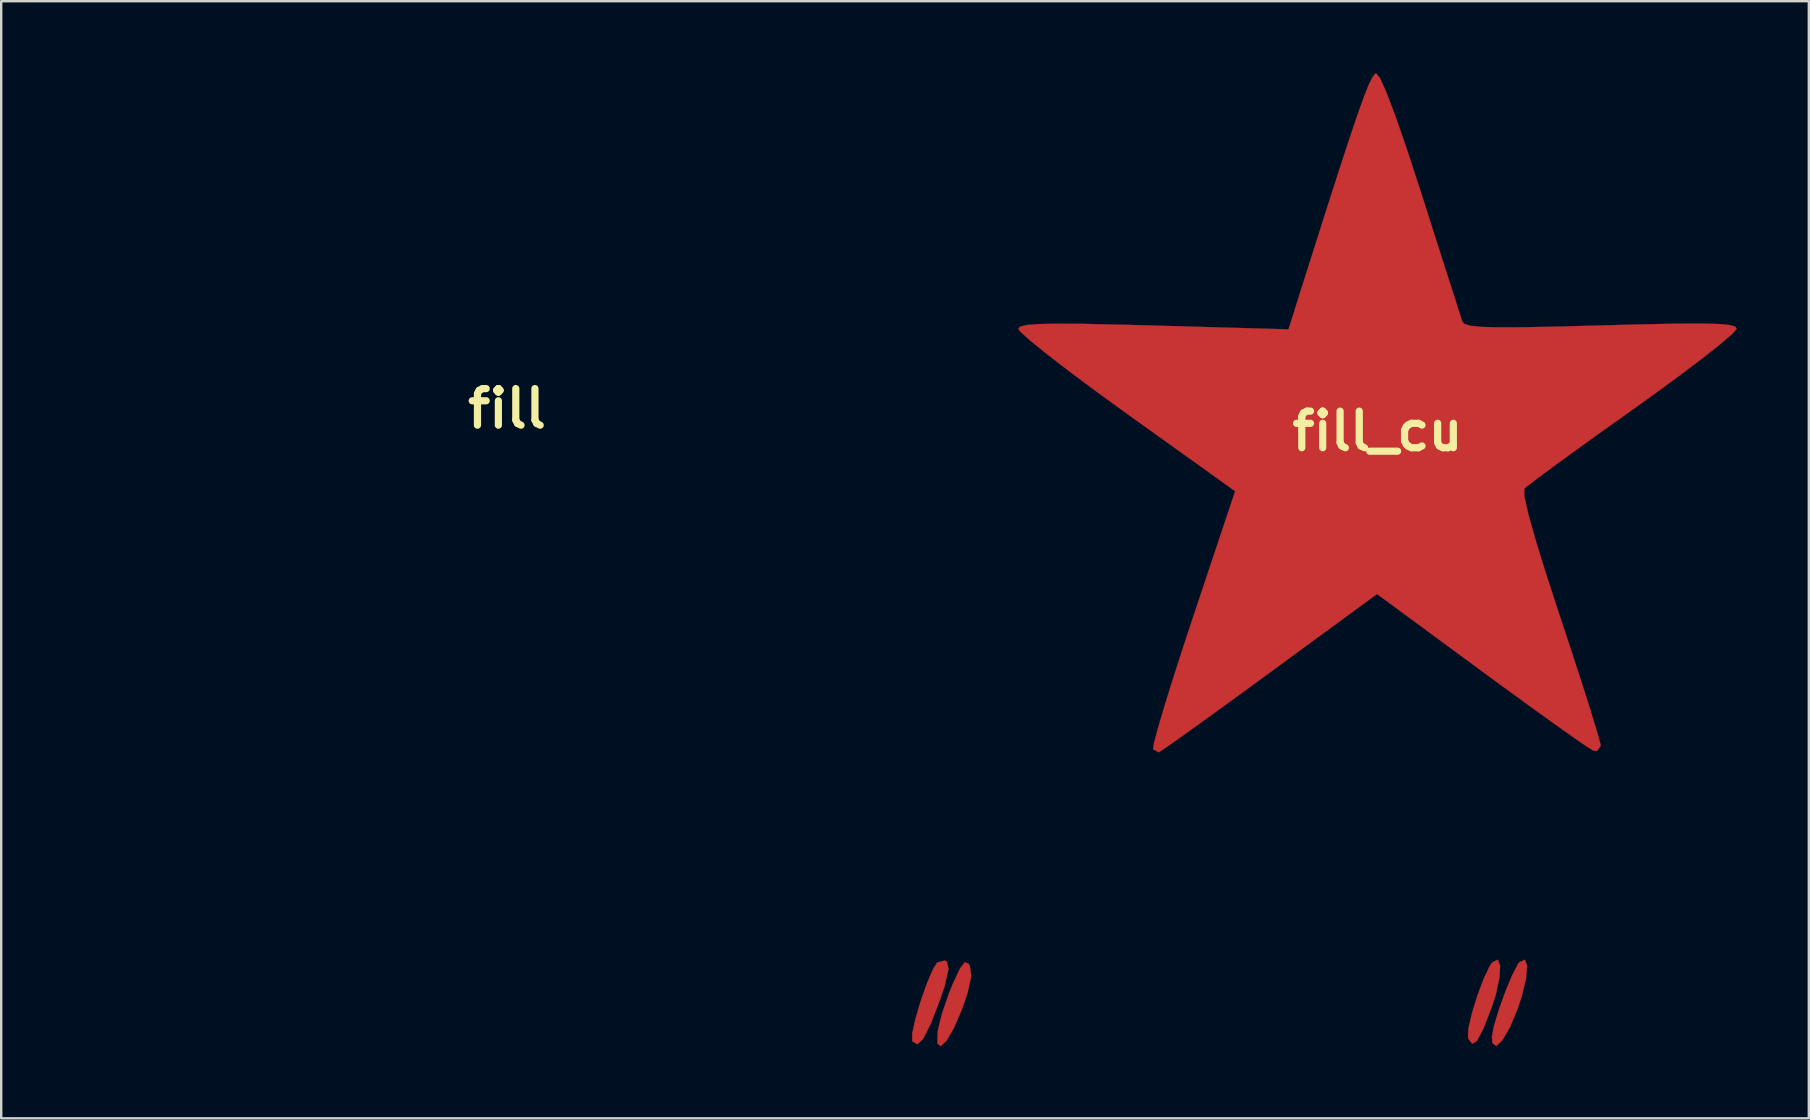
<source format=kicad_pcb>
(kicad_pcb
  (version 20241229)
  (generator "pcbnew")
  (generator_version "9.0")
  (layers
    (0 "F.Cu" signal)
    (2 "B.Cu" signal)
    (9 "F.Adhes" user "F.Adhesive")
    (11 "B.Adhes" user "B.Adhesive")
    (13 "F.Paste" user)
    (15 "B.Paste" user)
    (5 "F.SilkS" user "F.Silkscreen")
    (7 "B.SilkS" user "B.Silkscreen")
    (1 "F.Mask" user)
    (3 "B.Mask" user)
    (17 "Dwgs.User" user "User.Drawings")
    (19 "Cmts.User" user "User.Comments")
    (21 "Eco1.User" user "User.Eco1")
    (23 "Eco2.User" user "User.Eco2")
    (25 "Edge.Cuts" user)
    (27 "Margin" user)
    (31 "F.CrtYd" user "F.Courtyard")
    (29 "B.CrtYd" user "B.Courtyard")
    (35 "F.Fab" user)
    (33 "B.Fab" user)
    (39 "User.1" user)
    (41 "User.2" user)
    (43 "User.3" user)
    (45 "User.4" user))
  (footprint "fill"
    (layer "F.Cu")
    (at 18.077 13.975)
    (property "Reference" "fill" (at 0 0 0) (layer "F.SilkS") (effects (font (size 1.524 1.524) (thickness 0.3))))
    (attr through_hole)
    (fp_poly (pts (xy 4.749 20.94) (xy 4.635 21.517) (xy 4.416 22.241) (xy 4.096 23.146) (xy 3.858 23.67) (xy 3.682 23.84) (xy 3.551 23.688) (xy 3.545 23.672) (xy 3.564 23.337) (xy 3.704 22.756) (xy 3.921 22.072) (xy 4.167 21.427) (xy 4.395 20.963) (xy 4.468 20.863) (xy 4.693 20.717) (xy 4.749 20.94)) (stroke (width 0.01) (type solid)) (fill yes) (layer "F.Mask"))
    (fp_poly (pts (xy -16.779 20.791) (xy -16.745 21.005) (xy -16.864 21.489) (xy -17.143 22.3) (xy -17.171 22.376) (xy -17.502 23.222) (xy -17.747 23.702) (xy -17.933 23.856) (xy -18.072 23.747) (xy -18.07 23.445) (xy -17.93 22.892) (xy -17.7 22.221) (xy -17.43 21.56) (xy -17.169 21.039) (xy -16.966 20.79) (xy -16.959 20.787) (xy -16.779 20.791)) (stroke (width 0.01) (type solid)) (fill yes) (layer "F.Mask"))
    (fp_poly (pts (xy -15.856 20.92) (xy -15.834 21.135) (xy -15.931 21.546) (xy -16.162 22.234) (xy -16.33 22.701) (xy -16.622 23.397) (xy -16.878 23.823) (xy -17.064 23.938) (xy -17.144 23.702) (xy -17.145 23.654) (xy -17.073 23.241) (xy -16.888 22.649) (xy -16.638 21.994) (xy -16.372 21.394) (xy -16.137 20.964) (xy -15.983 20.822) (xy -15.856 20.92)) (stroke (width 0.01) (type solid)) (fill yes) (layer "F.Mask"))
    (fp_poly (pts (xy 5.82 20.748) (xy 5.892 20.816) (xy 5.861 21.027) (xy 5.715 21.461) (xy 5.44 22.199) (xy 5.38 22.359) (xy 5.073 23.167) (xy 4.875 23.643) (xy 4.75 23.852) (xy 4.658 23.857) (xy 4.565 23.729) (xy 4.553 23.416) (xy 4.678 22.865) (xy 4.892 22.2) (xy 5.151 21.544) (xy 5.41 21.021) (xy 5.622 20.755) (xy 5.661 20.743) (xy 5.82 20.748)) (stroke (width 0.01) (type solid)) (fill yes) (layer "F.Mask"))
    (fp_poly (pts (xy 0.081 -13.777) (xy 0.292 -13.234) (xy 0.59 -12.395) (xy 0.956 -11.316) (xy 1.37 -10.051) (xy 1.707 -8.996) (xy 3.276 -4.022) (xy 8.635 -4.022) (xy 10.333 -4.014) (xy 11.731 -3.992) (xy 12.803 -3.956) (xy 13.519 -3.908) (xy 13.852 -3.849) (xy 13.871 -3.821) (xy 13.581 -3.527) (xy 13.089 -3.168) (xy 12.519 -2.82) (xy 11.997 -2.556) (xy 11.647 -2.452) (xy 11.594 -2.464) (xy 11.461 -2.475) (xy 11.495 -2.395) (xy 11.436 -2.146) (xy 11.126 -1.827) (xy 10.705 -1.539) (xy 10.308 -1.381) (xy 10.123 -1.399) (xy 9.981 -1.419) (xy 10.024 -1.319) (xy 9.969 -1.064) (xy 9.661 -0.746) (xy 9.237 -0.463) (xy 8.835 -0.313) (xy 8.647 -0.337) (xy 8.499 -0.363) (xy 8.542 -0.261) (xy 8.443 -0.043) (xy 8.044 0.348) (xy 7.404 0.86) (xy 7.004 1.151) (xy 5.325 2.334) (xy 6.999 7.344) (xy 7.454 8.719) (xy 7.856 9.956) (xy 8.187 11) (xy 8.43 11.797) (xy 8.569 12.292) (xy 8.593 12.433) (xy 8.407 12.335) (xy 7.93 12.019) (xy 7.209 11.517) (xy 6.291 10.863) (xy 5.224 10.09) (xy 4.451 9.524) (xy 3.296 8.678) (xy 2.246 7.917) (xy 1.35 7.275) (xy 0.66 6.789) (xy 0.226 6.497) (xy 0.108 6.427) (xy -0.135 6.517) (xy -0.666 6.829) (xy -1.432 7.327) (xy -2.382 7.979) (xy -3.467 8.75) (xy -4.161 9.256) (xy -5.517 10.254) (xy -6.57 11.027) (xy -7.358 11.601) (xy -7.921 12.002) (xy -8.295 12.256) (xy -8.52 12.389) (xy -8.634 12.427) (xy -8.673 12.397) (xy -8.678 12.337) (xy -8.614 12.094) (xy -8.433 11.508) (xy -8.154 10.637) (xy -7.964 10.054) (xy -7.408 10.054) (xy -7.303 10.16) (xy -7.197 10.054) (xy -6.562 10.054) (xy -6.456 10.16) (xy -6.35 10.054) (xy -6.456 9.948) (xy -6.562 10.054) (xy -7.197 10.054) (xy -7.303 9.948) (xy -7.408 10.054) (xy -7.964 10.054) (xy -7.796 9.538) (xy -7.378 8.271) (xy -7.267 7.938) (xy -5.927 7.938) (xy -5.821 8.043) (xy -5.715 7.938) (xy -5.821 7.832) (xy -5.927 7.938) (xy -7.267 7.938) (xy -7.091 7.408) (xy -6.986 7.091) (xy -2.54 7.091) (xy -2.434 7.197) (xy -2.328 7.091) (xy -2.434 6.985) (xy -2.54 7.091) (xy -6.986 7.091) (xy -6.775 6.456) (xy -1.693 6.456) (xy -1.587 6.562) (xy -1.482 6.456) (xy -1.587 6.35) (xy -1.693 6.456) (xy -6.775 6.456) (xy -6.644 6.06) (xy -6.565 5.821) (xy -4.445 5.821) (xy -4.339 5.927) (xy -4.233 5.821) (xy -4.339 5.715) (xy -4.445 5.821) (xy -6.565 5.821) (xy -6.246 4.843) (xy -6.084 4.339) (xy -3.387 4.339) (xy -3.281 4.445) (xy -3.175 4.339) (xy -3.281 4.233) (xy -3.387 4.339) (xy -6.084 4.339) (xy -5.915 3.814) (xy -5.881 3.704) (xy -2.963 3.704) (xy -2.857 3.81) (xy -2.752 3.704) (xy -2.857 3.598) (xy -2.963 3.704) (xy -5.881 3.704) (xy -5.672 3.032) (xy -5.533 2.556) (xy -5.508 2.439) (xy -5.674 2.252) (xy -6.132 1.867) (xy -6.825 1.329) (xy -7.697 0.682) (xy -8.499 0.106) (xy -9.392 -0.529) (xy 2.328 -0.529) (xy 2.434 -0.423) (xy 2.54 -0.529) (xy 2.434 -0.635) (xy 2.328 -0.529) (xy -9.392 -0.529) (xy -9.597 -0.675) (xy -10.579 -1.376) (xy 0.847 -1.376) (xy 0.953 -1.27) (xy 1.058 -1.376) (xy 0.953 -1.482) (xy 0.847 -1.376) (xy -10.579 -1.376) (xy -10.684 -1.451) (xy -11.665 -2.155) (xy -12.449 -2.721) (xy -12.781 -2.963) (xy -12.925 -3.069) (xy 2.328 -3.069) (xy 2.434 -2.963) (xy 2.54 -3.069) (xy 2.434 -3.175) (xy 2.328 -3.069) (xy -12.925 -3.069) (xy -13.788 -3.704) (xy -2.963 -3.704) (xy -2.857 -3.598) (xy -2.752 -3.704) (xy -2.857 -3.81) (xy -2.963 -3.704) (xy -13.788 -3.704) (xy -14.076 -3.916) (xy -8.696 -4.022) (xy -3.316 -4.128) (xy -3.046 -4.974) (xy -2.898 -5.437) (xy -2.648 -6.225) (xy -2.318 -7.261) (xy -1.935 -8.467) (xy -1.523 -9.764) (xy -1.481 -9.895) (xy -1.082 -11.13) (xy -0.716 -12.213) (xy -0.406 -13.087) (xy -0.173 -13.689) (xy -0.038 -13.961) (xy -0.025 -13.97) (xy 0.081 -13.777)) (stroke (width 0.01) (type solid)) (fill yes) (layer "F.Mask")))
  (footprint "fill_cu"
    (layer "F.Cu")
    (at 54.345 14.914)
    (property "Reference" "fill_cu" (at 0 0 0) (layer "F.SilkS") (effects (font (size 1.524 1.524) (thickness 0.3))))
    (attr through_hole)
    (fp_poly (pts (xy -17.943 22.095) (xy -17.875 22.402) (xy -18.03 23.096) (xy -18.245 23.735) (xy -18.634 24.733) (xy -18.936 25.325) (xy -19.174 25.545) (xy -19.373 25.427) (xy -19.387 25.405) (xy -19.387 25.091) (xy -19.256 24.497) (xy -19.041 23.762) (xy -18.783 23.027) (xy -18.528 22.429) (xy -18.354 22.143) (xy -18.037 22.056) (xy -17.943 22.095)) (stroke (width 0.01) (type solid)) (fill yes) (layer "F.Cu"))
    (fp_poly (pts (xy -17.042 22.187) (xy -16.99 22.267) (xy -16.927 22.696) (xy -17.085 23.418) (xy -17.308 24.068) (xy -17.655 24.878) (xy -17.968 25.408) (xy -18.209 25.628) (xy -18.34 25.503) (xy -18.324 25.003) (xy -18.311 24.92) (xy -18.143 24.255) (xy -17.86 23.43) (xy -17.693 23.019) (xy -17.397 22.388) (xy -17.198 22.129) (xy -17.042 22.187)) (stroke (width 0.01) (type solid)) (fill yes) (layer "F.Cu"))
    (fp_poly (pts (xy 5.106 22.263) (xy 5.078 22.774) (xy 4.927 23.473) (xy 4.748 24.03) (xy 4.399 24.921) (xy 4.139 25.408) (xy 3.942 25.525) (xy 3.781 25.306) (xy 3.771 25.28) (xy 3.782 24.91) (xy 3.927 24.275) (xy 4.157 23.524) (xy 4.424 22.807) (xy 4.681 22.273) (xy 4.783 22.13) (xy 5.008 22.02) (xy 5.106 22.263)) (stroke (width 0.01) (type solid)) (fill yes) (layer "F.Cu"))
    (fp_poly (pts (xy 6.231 22.272) (xy 6.187 22.805) (xy 6.008 23.549) (xy 5.848 24.037) (xy 5.515 24.838) (xy 5.2 25.379) (xy 4.945 25.616) (xy 4.791 25.503) (xy 4.763 25.249) (xy 4.845 24.797) (xy 5.053 24.108) (xy 5.33 23.34) (xy 5.617 22.649) (xy 5.856 22.194) (xy 5.906 22.13) (xy 6.138 22.022) (xy 6.231 22.272)) (stroke (width 0.01) (type solid)) (fill yes) (layer "F.Cu"))
    (fp_poly (pts (xy 0.092 -14.727) (xy 0.361 -14.133) (xy 0.734 -13.153) (xy 1.199 -11.813) (xy 1.749 -10.136) (xy 1.813 -9.936) (xy 2.276 -8.486) (xy 2.696 -7.172) (xy 3.053 -6.057) (xy 3.325 -5.206) (xy 3.493 -4.685) (xy 3.534 -4.559) (xy 3.629 -4.461) (xy 3.874 -4.39) (xy 4.318 -4.345) (xy 5.01 -4.325) (xy 6.001 -4.328) (xy 7.34 -4.353) (xy 9.076 -4.398) (xy 9.304 -4.405) (xy 11.099 -4.452) (xy 12.487 -4.479) (xy 13.516 -4.483) (xy 14.231 -4.464) (xy 14.68 -4.42) (xy 14.908 -4.351) (xy 14.963 -4.268) (xy 14.785 -4.057) (xy 14.285 -3.628) (xy 13.516 -3.021) (xy 12.53 -2.277) (xy 11.379 -1.436) (xy 10.639 -0.907) (xy 9.403 -0.027) (xy 8.287 0.775) (xy 7.346 1.46) (xy 6.635 1.987) (xy 6.208 2.315) (xy 6.112 2.399) (xy 6.113 2.699) (xy 6.266 3.398) (xy 6.565 4.47) (xy 7.003 5.89) (xy 7.571 7.632) (xy 7.602 7.723) (xy 8.081 9.171) (xy 8.508 10.485) (xy 8.862 11.601) (xy 9.123 12.454) (xy 9.272 12.981) (xy 9.298 13.115) (xy 9.139 13.329) (xy 8.993 13.312) (xy 8.731 13.149) (xy 8.159 12.755) (xy 7.332 12.169) (xy 6.304 11.43) (xy 5.131 10.576) (xy 4.333 9.99) (xy -0.023 6.785) (xy -4.523 10.083) (xy -5.769 10.993) (xy -6.89 11.806) (xy -7.836 12.487) (xy -8.557 13) (xy -9.001 13.307) (xy -9.123 13.38) (xy -9.351 13.251) (xy -9.318 13.01) (xy -9.156 12.399) (xy -8.884 11.478) (xy -8.52 10.306) (xy -8.081 8.944) (xy -7.707 7.812) (xy -5.933 2.502) (xy -10.45 -0.733) (xy -11.701 -1.64) (xy -12.819 -2.473) (xy -13.754 -3.193) (xy -14.455 -3.76) (xy -14.872 -4.134) (xy -14.968 -4.264) (xy -14.891 -4.356) (xy -14.63 -4.422) (xy -14.139 -4.462) (xy -13.37 -4.477) (xy -12.279 -4.47) (xy -10.817 -4.44) (xy -9.339 -4.401) (xy -3.711 -4.242) (xy -2.821 -7.054) (xy -2.157 -9.143) (xy -1.613 -10.837) (xy -1.175 -12.176) (xy -0.83 -13.197) (xy -0.563 -13.941) (xy -0.362 -14.444) (xy -0.212 -14.748) (xy -0.1 -14.889) (xy -0.064 -14.909) (xy 0.092 -14.727)) (stroke (width 0.01) (type solid)) (fill yes) (layer "F.Cu")))
  (gr_rect
    (start -3 -3)
    (end 72.314 43.546)
    (stroke (width 0.1) (type default))
    (fill no)
    (layer "Edge.Cuts")))
</source>
